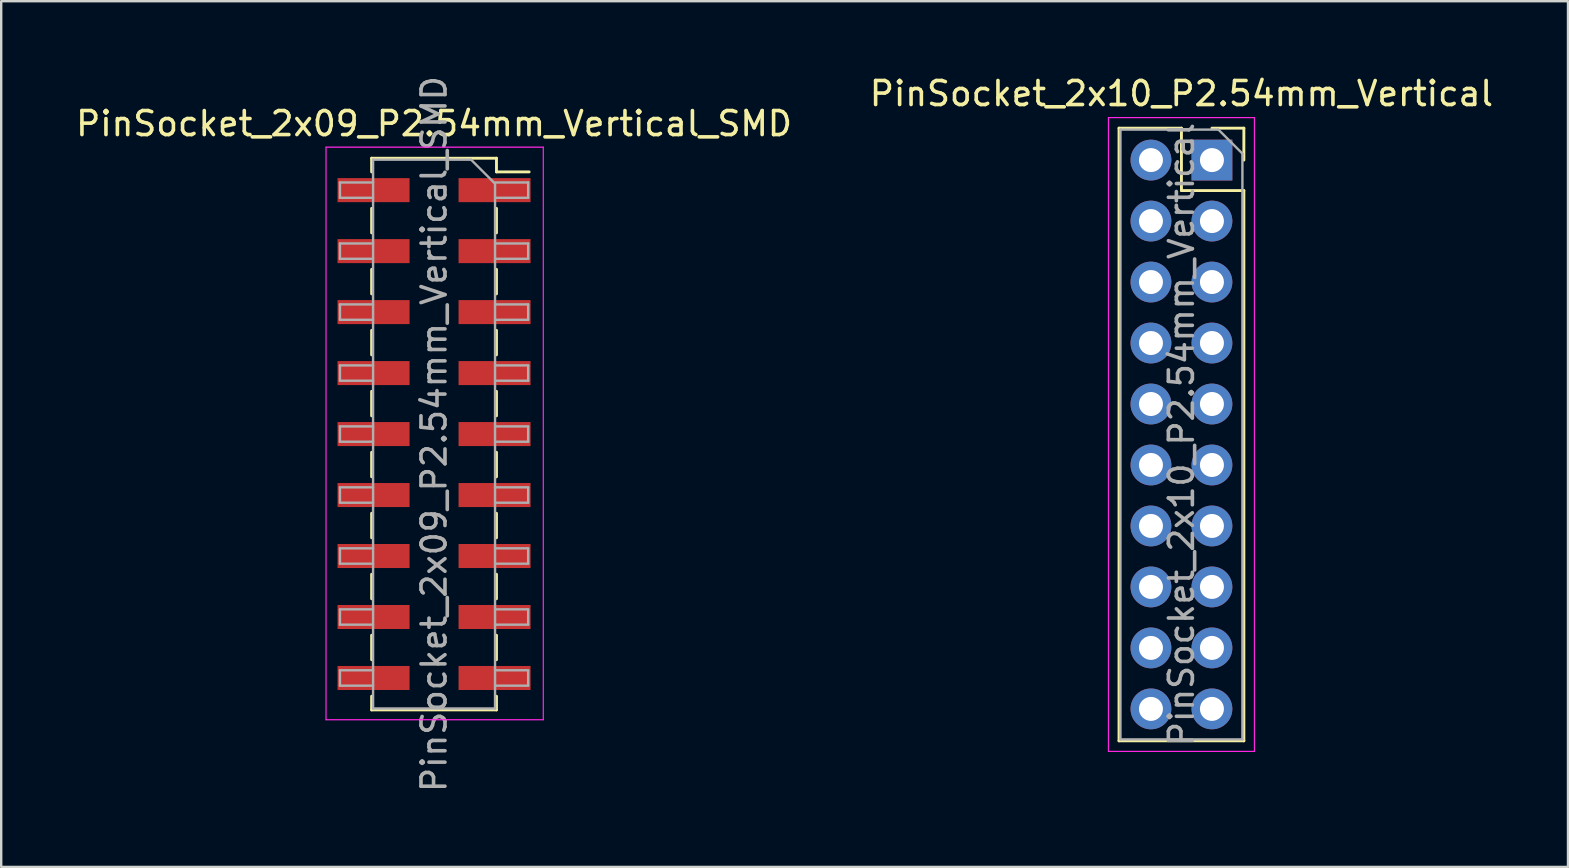
<source format=kicad_pcb>
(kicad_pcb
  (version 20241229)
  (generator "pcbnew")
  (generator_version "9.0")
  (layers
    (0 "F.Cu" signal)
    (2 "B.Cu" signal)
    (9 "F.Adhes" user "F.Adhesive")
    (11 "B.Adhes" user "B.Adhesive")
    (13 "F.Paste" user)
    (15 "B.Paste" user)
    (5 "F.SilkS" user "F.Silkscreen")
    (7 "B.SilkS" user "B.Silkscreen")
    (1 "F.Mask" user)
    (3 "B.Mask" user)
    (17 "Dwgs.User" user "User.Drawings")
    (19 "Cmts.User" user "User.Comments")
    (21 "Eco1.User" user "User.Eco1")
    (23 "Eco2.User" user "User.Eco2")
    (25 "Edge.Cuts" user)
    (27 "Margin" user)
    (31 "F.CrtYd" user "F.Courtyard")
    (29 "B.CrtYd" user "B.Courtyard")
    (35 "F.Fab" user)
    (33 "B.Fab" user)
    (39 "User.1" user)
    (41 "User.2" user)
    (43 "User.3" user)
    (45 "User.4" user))
  (footprint "PinSocket_2x10_P2.54mm_Vertical"
    (layer "F.Cu")
    (at 47.431 3.618)
    (property "Reference" "PinSocket_2x10_P2.54mm_Vertical" (at -1.27 -2.77 0) (layer "F.SilkS") (effects (font (size 1 1) (thickness 0.15))))
    (attr through_hole)
    (fp_line (start -3.87 -1.33) (end -3.87 24.19) (stroke (width 0.12) (type solid)) (layer "F.SilkS"))
    (fp_line (start -3.87 -1.33) (end -1.27 -1.33) (stroke (width 0.12) (type solid)) (layer "F.SilkS"))
    (fp_line (start -3.87 24.19) (end 1.33 24.19) (stroke (width 0.12) (type solid)) (layer "F.SilkS"))
    (fp_line (start -1.27 -1.33) (end -1.27 1.27) (stroke (width 0.12) (type solid)) (layer "F.SilkS"))
    (fp_line (start -1.27 1.27) (end 1.33 1.27) (stroke (width 0.12) (type solid)) (layer "F.SilkS"))
    (fp_line (start 0 -1.33) (end 1.33 -1.33) (stroke (width 0.12) (type solid)) (layer "F.SilkS"))
    (fp_line (start 1.33 -1.33) (end 1.33 0) (stroke (width 0.12) (type solid)) (layer "F.SilkS"))
    (fp_line (start 1.33 1.27) (end 1.33 24.19) (stroke (width 0.12) (type solid)) (layer "F.SilkS"))
    (fp_line (start -4.31 -1.77) (end 1.77 -1.77) (stroke (width 0.05) (type solid)) (layer "F.CrtYd"))
    (fp_line (start -4.31 24.63) (end -4.31 -1.77) (stroke (width 0.05) (type solid)) (layer "F.CrtYd"))
    (fp_line (start 1.77 -1.77) (end 1.77 24.63) (stroke (width 0.05) (type solid)) (layer "F.CrtYd"))
    (fp_line (start 1.77 24.63) (end -4.31 24.63) (stroke (width 0.05) (type solid)) (layer "F.CrtYd"))
    (fp_line (start -3.81 -1.27) (end 0.27 -1.27) (stroke (width 0.1) (type solid)) (layer "F.Fab"))
    (fp_line (start -3.81 24.13) (end -3.81 -1.27) (stroke (width 0.1) (type solid)) (layer "F.Fab"))
    (fp_line (start 0.27 -1.27) (end 1.27 -0.27) (stroke (width 0.1) (type solid)) (layer "F.Fab"))
    (fp_line (start 1.27 -0.27) (end 1.27 24.13) (stroke (width 0.1) (type solid)) (layer "F.Fab"))
    (fp_line (start 1.27 24.13) (end -3.81 24.13) (stroke (width 0.1) (type solid)) (layer "F.Fab"))
    (fp_text user "${REFERENCE}" (at -1.27 11.43 90) (layer "F.Fab") (effects (font (size 1 1) (thickness 0.15))))
    (pad "1" thru_hole rect (at 0 0) (size 1.7 1.7) (drill 1) (layers "*.Cu" "*.Mask"))
    (pad "2" thru_hole circle (at -2.54 0) (size 1.7 1.7) (drill 1) (layers "*.Cu" "*.Mask"))
    (pad "3" thru_hole circle (at 0 2.54) (size 1.7 1.7) (drill 1) (layers "*.Cu" "*.Mask"))
    (pad "4" thru_hole circle (at -2.54 2.54) (size 1.7 1.7) (drill 1) (layers "*.Cu" "*.Mask"))
    (pad "5" thru_hole circle (at 0 5.08) (size 1.7 1.7) (drill 1) (layers "*.Cu" "*.Mask"))
    (pad "6" thru_hole circle (at -2.54 5.08) (size 1.7 1.7) (drill 1) (layers "*.Cu" "*.Mask"))
    (pad "7" thru_hole circle (at 0 7.62) (size 1.7 1.7) (drill 1) (layers "*.Cu" "*.Mask"))
    (pad "8" thru_hole circle (at -2.54 7.62) (size 1.7 1.7) (drill 1) (layers "*.Cu" "*.Mask"))
    (pad "9" thru_hole circle (at 0 10.16) (size 1.7 1.7) (drill 1) (layers "*.Cu" "*.Mask"))
    (pad "10" thru_hole circle (at -2.54 10.16) (size 1.7 1.7) (drill 1) (layers "*.Cu" "*.Mask"))
    (pad "11" thru_hole circle (at 0 12.7) (size 1.7 1.7) (drill 1) (layers "*.Cu" "*.Mask"))
    (pad "12" thru_hole circle (at -2.54 12.7) (size 1.7 1.7) (drill 1) (layers "*.Cu" "*.Mask"))
    (pad "13" thru_hole circle (at 0 15.24) (size 1.7 1.7) (drill 1) (layers "*.Cu" "*.Mask"))
    (pad "14" thru_hole circle (at -2.54 15.24) (size 1.7 1.7) (drill 1) (layers "*.Cu" "*.Mask"))
    (pad "15" thru_hole circle (at 0 17.78) (size 1.7 1.7) (drill 1) (layers "*.Cu" "*.Mask"))
    (pad "16" thru_hole circle (at -2.54 17.78) (size 1.7 1.7) (drill 1) (layers "*.Cu" "*.Mask"))
    (pad "17" thru_hole circle (at 0 20.32) (size 1.7 1.7) (drill 1) (layers "*.Cu" "*.Mask"))
    (pad "18" thru_hole circle (at -2.54 20.32) (size 1.7 1.7) (drill 1) (layers "*.Cu" "*.Mask"))
    (pad "19" thru_hole circle (at 0 22.86) (size 1.7 1.7) (drill 1) (layers "*.Cu" "*.Mask"))
    (pad "20" thru_hole circle (at -2.54 22.86) (size 1.7 1.7) (drill 1) (layers "*.Cu" "*.Mask")))
  (footprint "PinSocket_2x09_P2.54mm_Vertical_SMD"
    (layer "F.Cu")
    (at 15.03 15.03)
    (property "Reference" "PinSocket_2x09_P2.54mm_Vertical_SMD" (at 0 -12.93 0) (layer "F.SilkS") (effects (font (size 1 1) (thickness 0.15))))
    (attr smd)
    (fp_line (start -2.6 -11.49) (end -2.6 -10.92) (stroke (width 0.12) (type solid)) (layer "F.SilkS"))
    (fp_line (start -2.6 -11.49) (end 2.6 -11.49) (stroke (width 0.12) (type solid)) (layer "F.SilkS"))
    (fp_line (start -2.6 -9.4) (end -2.6 -8.38) (stroke (width 0.12) (type solid)) (layer "F.SilkS"))
    (fp_line (start -2.6 -6.86) (end -2.6 -5.84) (stroke (width 0.12) (type solid)) (layer "F.SilkS"))
    (fp_line (start -2.6 -4.32) (end -2.6 -3.3) (stroke (width 0.12) (type solid)) (layer "F.SilkS"))
    (fp_line (start -2.6 -1.78) (end -2.6 -0.76) (stroke (width 0.12) (type solid)) (layer "F.SilkS"))
    (fp_line (start -2.6 0.76) (end -2.6 1.78) (stroke (width 0.12) (type solid)) (layer "F.SilkS"))
    (fp_line (start -2.6 3.3) (end -2.6 4.32) (stroke (width 0.12) (type solid)) (layer "F.SilkS"))
    (fp_line (start -2.6 5.84) (end -2.6 6.86) (stroke (width 0.12) (type solid)) (layer "F.SilkS"))
    (fp_line (start -2.6 8.38) (end -2.6 9.4) (stroke (width 0.12) (type solid)) (layer "F.SilkS"))
    (fp_line (start -2.6 10.92) (end -2.6 11.49) (stroke (width 0.12) (type solid)) (layer "F.SilkS"))
    (fp_line (start -2.6 11.49) (end 2.6 11.49) (stroke (width 0.12) (type solid)) (layer "F.SilkS"))
    (fp_line (start 2.6 -11.49) (end 2.6 -10.92) (stroke (width 0.12) (type solid)) (layer "F.SilkS"))
    (fp_line (start 2.6 -10.92) (end 3.96 -10.92) (stroke (width 0.12) (type solid)) (layer "F.SilkS"))
    (fp_line (start 2.6 -9.4) (end 2.6 -8.38) (stroke (width 0.12) (type solid)) (layer "F.SilkS"))
    (fp_line (start 2.6 -6.86) (end 2.6 -5.84) (stroke (width 0.12) (type solid)) (layer "F.SilkS"))
    (fp_line (start 2.6 -4.32) (end 2.6 -3.3) (stroke (width 0.12) (type solid)) (layer "F.SilkS"))
    (fp_line (start 2.6 -1.78) (end 2.6 -0.76) (stroke (width 0.12) (type solid)) (layer "F.SilkS"))
    (fp_line (start 2.6 0.76) (end 2.6 1.78) (stroke (width 0.12) (type solid)) (layer "F.SilkS"))
    (fp_line (start 2.6 3.3) (end 2.6 4.32) (stroke (width 0.12) (type solid)) (layer "F.SilkS"))
    (fp_line (start 2.6 5.84) (end 2.6 6.86) (stroke (width 0.12) (type solid)) (layer "F.SilkS"))
    (fp_line (start 2.6 8.38) (end 2.6 9.4) (stroke (width 0.12) (type solid)) (layer "F.SilkS"))
    (fp_line (start 2.6 10.92) (end 2.6 11.49) (stroke (width 0.12) (type solid)) (layer "F.SilkS"))
    (fp_line (start -4.5 -11.95) (end 4.55 -11.95) (stroke (width 0.05) (type solid)) (layer "F.CrtYd"))
    (fp_line (start -4.5 11.9) (end -4.5 -11.95) (stroke (width 0.05) (type solid)) (layer "F.CrtYd"))
    (fp_line (start 4.55 -11.95) (end 4.55 11.9) (stroke (width 0.05) (type solid)) (layer "F.CrtYd"))
    (fp_line (start 4.55 11.9) (end -4.5 11.9) (stroke (width 0.05) (type solid)) (layer "F.CrtYd"))
    (fp_line (start -3.92 -10.48) (end -2.54 -10.48) (stroke (width 0.1) (type solid)) (layer "F.Fab"))
    (fp_line (start -3.92 -9.84) (end -3.92 -10.48) (stroke (width 0.1) (type solid)) (layer "F.Fab"))
    (fp_line (start -3.92 -7.94) (end -2.54 -7.94) (stroke (width 0.1) (type solid)) (layer "F.Fab"))
    (fp_line (start -3.92 -7.3) (end -3.92 -7.94) (stroke (width 0.1) (type solid)) (layer "F.Fab"))
    (fp_line (start -3.92 -5.4) (end -2.54 -5.4) (stroke (width 0.1) (type solid)) (layer "F.Fab"))
    (fp_line (start -3.92 -4.76) (end -3.92 -5.4) (stroke (width 0.1) (type solid)) (layer "F.Fab"))
    (fp_line (start -3.92 -2.86) (end -2.54 -2.86) (stroke (width 0.1) (type solid)) (layer "F.Fab"))
    (fp_line (start -3.92 -2.22) (end -3.92 -2.86) (stroke (width 0.1) (type solid)) (layer "F.Fab"))
    (fp_line (start -3.92 -0.32) (end -2.54 -0.32) (stroke (width 0.1) (type solid)) (layer "F.Fab"))
    (fp_line (start -3.92 0.32) (end -3.92 -0.32) (stroke (width 0.1) (type solid)) (layer "F.Fab"))
    (fp_line (start -3.92 2.22) (end -2.54 2.22) (stroke (width 0.1) (type solid)) (layer "F.Fab"))
    (fp_line (start -3.92 2.86) (end -3.92 2.22) (stroke (width 0.1) (type solid)) (layer "F.Fab"))
    (fp_line (start -3.92 4.76) (end -2.54 4.76) (stroke (width 0.1) (type solid)) (layer "F.Fab"))
    (fp_line (start -3.92 5.4) (end -3.92 4.76) (stroke (width 0.1) (type solid)) (layer "F.Fab"))
    (fp_line (start -3.92 7.3) (end -2.54 7.3) (stroke (width 0.1) (type solid)) (layer "F.Fab"))
    (fp_line (start -3.92 7.94) (end -3.92 7.3) (stroke (width 0.1) (type solid)) (layer "F.Fab"))
    (fp_line (start -3.92 9.84) (end -2.54 9.84) (stroke (width 0.1) (type solid)) (layer "F.Fab"))
    (fp_line (start -3.92 10.48) (end -3.92 9.84) (stroke (width 0.1) (type solid)) (layer "F.Fab"))
    (fp_line (start -2.54 -11.43) (end 1.54 -11.43) (stroke (width 0.1) (type solid)) (layer "F.Fab"))
    (fp_line (start -2.54 -9.84) (end -3.92 -9.84) (stroke (width 0.1) (type solid)) (layer "F.Fab"))
    (fp_line (start -2.54 -7.3) (end -3.92 -7.3) (stroke (width 0.1) (type solid)) (layer "F.Fab"))
    (fp_line (start -2.54 -4.76) (end -3.92 -4.76) (stroke (width 0.1) (type solid)) (layer "F.Fab"))
    (fp_line (start -2.54 -2.22) (end -3.92 -2.22) (stroke (width 0.1) (type solid)) (layer "F.Fab"))
    (fp_line (start -2.54 0.32) (end -3.92 0.32) (stroke (width 0.1) (type solid)) (layer "F.Fab"))
    (fp_line (start -2.54 2.86) (end -3.92 2.86) (stroke (width 0.1) (type solid)) (layer "F.Fab"))
    (fp_line (start -2.54 5.4) (end -3.92 5.4) (stroke (width 0.1) (type solid)) (layer "F.Fab"))
    (fp_line (start -2.54 7.94) (end -3.92 7.94) (stroke (width 0.1) (type solid)) (layer "F.Fab"))
    (fp_line (start -2.54 10.48) (end -3.92 10.48) (stroke (width 0.1) (type solid)) (layer "F.Fab"))
    (fp_line (start -2.54 11.43) (end -2.54 -11.43) (stroke (width 0.1) (type solid)) (layer "F.Fab"))
    (fp_line (start 1.54 -11.43) (end 2.54 -10.43) (stroke (width 0.1) (type solid)) (layer "F.Fab"))
    (fp_line (start 2.54 -10.48) (end 3.92 -10.48) (stroke (width 0.1) (type solid)) (layer "F.Fab"))
    (fp_line (start 2.54 -10.43) (end 2.54 11.43) (stroke (width 0.1) (type solid)) (layer "F.Fab"))
    (fp_line (start 2.54 -7.94) (end 3.92 -7.94) (stroke (width 0.1) (type solid)) (layer "F.Fab"))
    (fp_line (start 2.54 -5.4) (end 3.92 -5.4) (stroke (width 0.1) (type solid)) (layer "F.Fab"))
    (fp_line (start 2.54 -2.86) (end 3.92 -2.86) (stroke (width 0.1) (type solid)) (layer "F.Fab"))
    (fp_line (start 2.54 -0.32) (end 3.92 -0.32) (stroke (width 0.1) (type solid)) (layer "F.Fab"))
    (fp_line (start 2.54 2.22) (end 3.92 2.22) (stroke (width 0.1) (type solid)) (layer "F.Fab"))
    (fp_line (start 2.54 4.76) (end 3.92 4.76) (stroke (width 0.1) (type solid)) (layer "F.Fab"))
    (fp_line (start 2.54 7.3) (end 3.92 7.3) (stroke (width 0.1) (type solid)) (layer "F.Fab"))
    (fp_line (start 2.54 9.84) (end 3.92 9.84) (stroke (width 0.1) (type solid)) (layer "F.Fab"))
    (fp_line (start 2.54 11.43) (end -2.54 11.43) (stroke (width 0.1) (type solid)) (layer "F.Fab"))
    (fp_line (start 3.92 -10.48) (end 3.92 -9.84) (stroke (width 0.1) (type solid)) (layer "F.Fab"))
    (fp_line (start 3.92 -9.84) (end 2.54 -9.84) (stroke (width 0.1) (type solid)) (layer "F.Fab"))
    (fp_line (start 3.92 -7.94) (end 3.92 -7.3) (stroke (width 0.1) (type solid)) (layer "F.Fab"))
    (fp_line (start 3.92 -7.3) (end 2.54 -7.3) (stroke (width 0.1) (type solid)) (layer "F.Fab"))
    (fp_line (start 3.92 -5.4) (end 3.92 -4.76) (stroke (width 0.1) (type solid)) (layer "F.Fab"))
    (fp_line (start 3.92 -4.76) (end 2.54 -4.76) (stroke (width 0.1) (type solid)) (layer "F.Fab"))
    (fp_line (start 3.92 -2.86) (end 3.92 -2.22) (stroke (width 0.1) (type solid)) (layer "F.Fab"))
    (fp_line (start 3.92 -2.22) (end 2.54 -2.22) (stroke (width 0.1) (type solid)) (layer "F.Fab"))
    (fp_line (start 3.92 -0.32) (end 3.92 0.32) (stroke (width 0.1) (type solid)) (layer "F.Fab"))
    (fp_line (start 3.92 0.32) (end 2.54 0.32) (stroke (width 0.1) (type solid)) (layer "F.Fab"))
    (fp_line (start 3.92 2.22) (end 3.92 2.86) (stroke (width 0.1) (type solid)) (layer "F.Fab"))
    (fp_line (start 3.92 2.86) (end 2.54 2.86) (stroke (width 0.1) (type solid)) (layer "F.Fab"))
    (fp_line (start 3.92 4.76) (end 3.92 5.4) (stroke (width 0.1) (type solid)) (layer "F.Fab"))
    (fp_line (start 3.92 5.4) (end 2.54 5.4) (stroke (width 0.1) (type solid)) (layer "F.Fab"))
    (fp_line (start 3.92 7.3) (end 3.92 7.94) (stroke (width 0.1) (type solid)) (layer "F.Fab"))
    (fp_line (start 3.92 7.94) (end 2.54 7.94) (stroke (width 0.1) (type solid)) (layer "F.Fab"))
    (fp_line (start 3.92 9.84) (end 3.92 10.48) (stroke (width 0.1) (type solid)) (layer "F.Fab"))
    (fp_line (start 3.92 10.48) (end 2.54 10.48) (stroke (width 0.1) (type solid)) (layer "F.Fab"))
    (fp_text user "${REFERENCE}" (at 0 0 90) (layer "F.Fab") (effects (font (size 1 1) (thickness 0.15))))
    (pad "1" smd rect (at 2.52 -10.16) (size 3 1) (layers "F.Cu" "F.Mask" "F.Paste"))
    (pad "2" smd rect (at -2.52 -10.16) (size 3 1) (layers "F.Cu" "F.Mask" "F.Paste"))
    (pad "3" smd rect (at 2.52 -7.62) (size 3 1) (layers "F.Cu" "F.Mask" "F.Paste"))
    (pad "4" smd rect (at -2.52 -7.62) (size 3 1) (layers "F.Cu" "F.Mask" "F.Paste"))
    (pad "5" smd rect (at 2.52 -5.08) (size 3 1) (layers "F.Cu" "F.Mask" "F.Paste"))
    (pad "6" smd rect (at -2.52 -5.08) (size 3 1) (layers "F.Cu" "F.Mask" "F.Paste"))
    (pad "7" smd rect (at 2.52 -2.54) (size 3 1) (layers "F.Cu" "F.Mask" "F.Paste"))
    (pad "8" smd rect (at -2.52 -2.54) (size 3 1) (layers "F.Cu" "F.Mask" "F.Paste"))
    (pad "9" smd rect (at 2.52 0) (size 3 1) (layers "F.Cu" "F.Mask" "F.Paste"))
    (pad "10" smd rect (at -2.52 0) (size 3 1) (layers "F.Cu" "F.Mask" "F.Paste"))
    (pad "11" smd rect (at 2.52 2.54) (size 3 1) (layers "F.Cu" "F.Mask" "F.Paste"))
    (pad "12" smd rect (at -2.52 2.54) (size 3 1) (layers "F.Cu" "F.Mask" "F.Paste"))
    (pad "13" smd rect (at 2.52 5.08) (size 3 1) (layers "F.Cu" "F.Mask" "F.Paste"))
    (pad "14" smd rect (at -2.52 5.08) (size 3 1) (layers "F.Cu" "F.Mask" "F.Paste"))
    (pad "15" smd rect (at 2.52 7.62) (size 3 1) (layers "F.Cu" "F.Mask" "F.Paste"))
    (pad "16" smd rect (at -2.52 7.62) (size 3 1) (layers "F.Cu" "F.Mask" "F.Paste"))
    (pad "17" smd rect (at 2.52 10.16) (size 3 1) (layers "F.Cu" "F.Mask" "F.Paste"))
    (pad "18" smd rect (at -2.52 10.16) (size 3 1) (layers "F.Cu" "F.Mask" "F.Paste")))
  (gr_rect
    (start -3 -3)
    (end 62.262 33.06)
    (stroke (width 0.1) (type default))
    (fill no)
    (layer "Edge.Cuts")))
</source>
